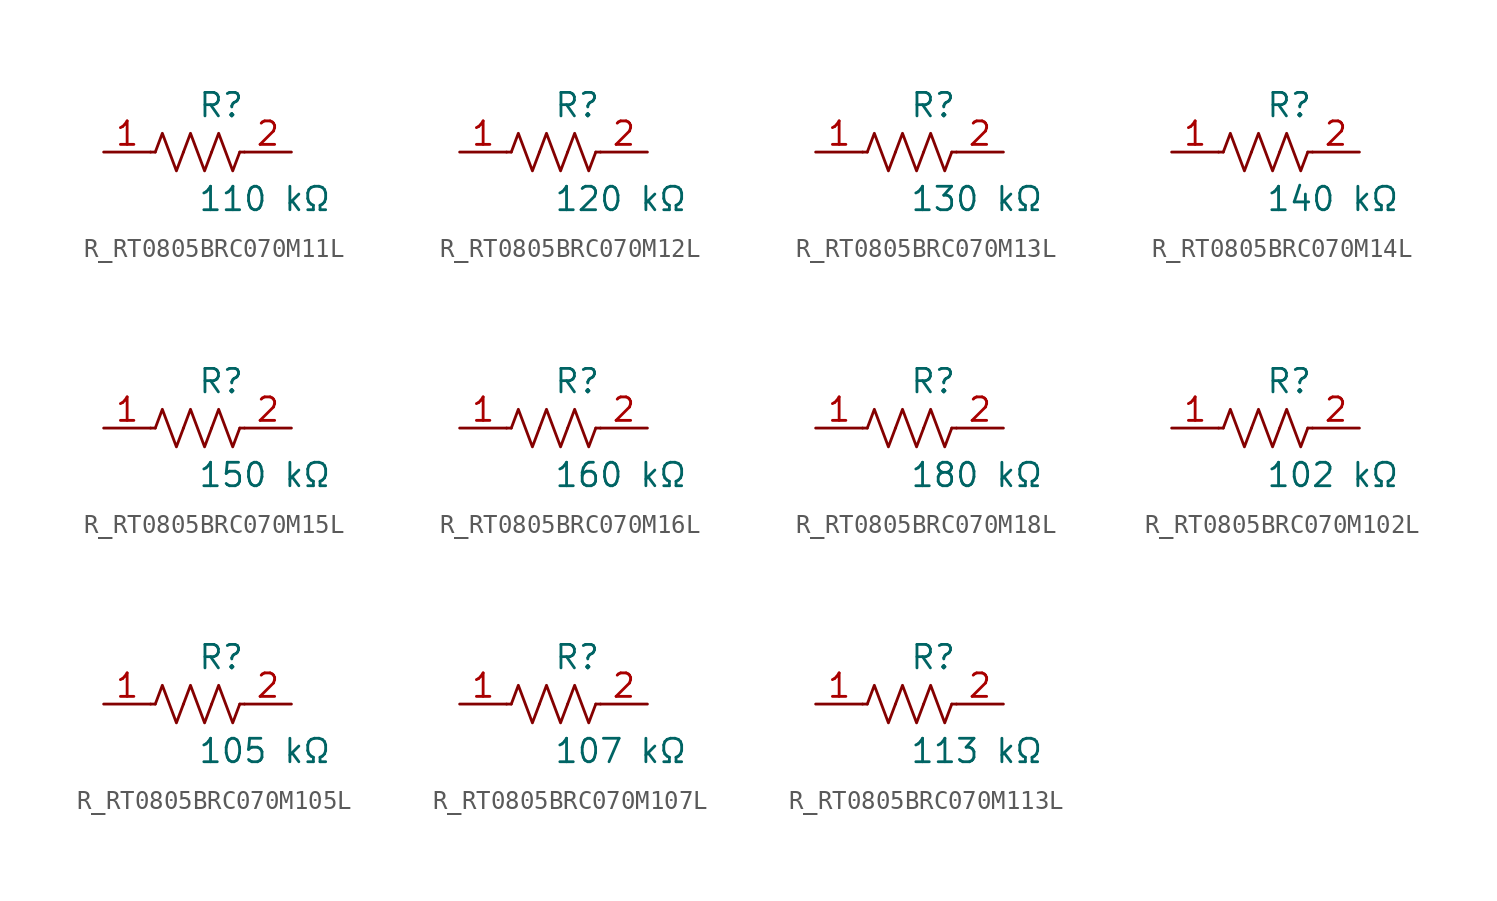
<source format=kicad_sym>
(kicad_symbol_lib
  (version 20231120)
  (generator kicad_symbol_editor)
  (generator_version 8.0)
  (symbol "R_RT0805BRC070M11L"
    (pin_names
      (offset 0.254))
    (property "Reference" "R"
      (at 0.0 2.54 0)
      (effects (font (size 1.27 1.27)) (justify left)))
    (property "Value" "110 kΩ"
      (at 0.0 -2.54 0)
      (effects (font (size 1.27 1.27)) (justify left)))
    (symbol "R_RT0805BRC070M11L_0_1"
      (polyline (pts (xy 2.286 0) (xy 2.54 0)) (stroke (width 0) (type default)) (fill (type none)))
      (polyline (pts (xy -2.286 0) (xy -2.54 0)) (stroke (width 0) (type default)) (fill (type none)))
      (polyline (pts (xy 0.762 0) (xy 1.143 1.016) (xy 1.524 0) (xy 1.905 -1.016) (xy 2.286 0)) (stroke (width 0) (type default)) (fill (type none)))
      (polyline (pts (xy -0.762 0) (xy -0.381 1.016) (xy 0 0) (xy 0.381 -1.016) (xy 0.762 0)) (stroke (width 0) (type default)) (fill (type none)))
      (polyline (pts (xy -2.286 0) (xy -1.905 1.016) (xy -1.524 0) (xy -1.143 -1.016) (xy -0.762 0)) (stroke (width 0) (type default)) (fill (type none))))
    (pin unspecified line
      (at -5.08 0 0)
      (length 2.54)
      (name "" (effects (font (size 1.27 1.27))))
      (number "1" (effects (font (size 1.27 1.27)))))
    (pin unspecified line
      (at 5.08 0 180)
      (length 2.54)
      (name "" (effects (font (size 1.27 1.27))))
      (number "2" (effects (font (size 1.27 1.27))))))
  (symbol "R_RT0805BRC070M12L"
    (pin_names
      (offset 0.254))
    (property "Reference" "R"
      (at 0.0 2.54 0)
      (effects (font (size 1.27 1.27)) (justify left)))
    (property "Value" "120 kΩ"
      (at 0.0 -2.54 0)
      (effects (font (size 1.27 1.27)) (justify left)))
    (symbol "R_RT0805BRC070M12L_0_1"
      (polyline (pts (xy 2.286 0) (xy 2.54 0)) (stroke (width 0) (type default)) (fill (type none)))
      (polyline (pts (xy -2.286 0) (xy -2.54 0)) (stroke (width 0) (type default)) (fill (type none)))
      (polyline (pts (xy 0.762 0) (xy 1.143 1.016) (xy 1.524 0) (xy 1.905 -1.016) (xy 2.286 0)) (stroke (width 0) (type default)) (fill (type none)))
      (polyline (pts (xy -0.762 0) (xy -0.381 1.016) (xy 0 0) (xy 0.381 -1.016) (xy 0.762 0)) (stroke (width 0) (type default)) (fill (type none)))
      (polyline (pts (xy -2.286 0) (xy -1.905 1.016) (xy -1.524 0) (xy -1.143 -1.016) (xy -0.762 0)) (stroke (width 0) (type default)) (fill (type none))))
    (pin unspecified line
      (at -5.08 0 0)
      (length 2.54)
      (name "" (effects (font (size 1.27 1.27))))
      (number "1" (effects (font (size 1.27 1.27)))))
    (pin unspecified line
      (at 5.08 0 180)
      (length 2.54)
      (name "" (effects (font (size 1.27 1.27))))
      (number "2" (effects (font (size 1.27 1.27))))))
  (symbol "R_RT0805BRC070M13L"
    (pin_names
      (offset 0.254))
    (property "Reference" "R"
      (at 0.0 2.54 0)
      (effects (font (size 1.27 1.27)) (justify left)))
    (property "Value" "130 kΩ"
      (at 0.0 -2.54 0)
      (effects (font (size 1.27 1.27)) (justify left)))
    (symbol "R_RT0805BRC070M13L_0_1"
      (polyline (pts (xy 2.286 0) (xy 2.54 0)) (stroke (width 0) (type default)) (fill (type none)))
      (polyline (pts (xy -2.286 0) (xy -2.54 0)) (stroke (width 0) (type default)) (fill (type none)))
      (polyline (pts (xy 0.762 0) (xy 1.143 1.016) (xy 1.524 0) (xy 1.905 -1.016) (xy 2.286 0)) (stroke (width 0) (type default)) (fill (type none)))
      (polyline (pts (xy -0.762 0) (xy -0.381 1.016) (xy 0 0) (xy 0.381 -1.016) (xy 0.762 0)) (stroke (width 0) (type default)) (fill (type none)))
      (polyline (pts (xy -2.286 0) (xy -1.905 1.016) (xy -1.524 0) (xy -1.143 -1.016) (xy -0.762 0)) (stroke (width 0) (type default)) (fill (type none))))
    (pin unspecified line
      (at -5.08 0 0)
      (length 2.54)
      (name "" (effects (font (size 1.27 1.27))))
      (number "1" (effects (font (size 1.27 1.27)))))
    (pin unspecified line
      (at 5.08 0 180)
      (length 2.54)
      (name "" (effects (font (size 1.27 1.27))))
      (number "2" (effects (font (size 1.27 1.27))))))
  (symbol "R_RT0805BRC070M14L"
    (pin_names
      (offset 0.254))
    (property "Reference" "R"
      (at 0.0 2.54 0)
      (effects (font (size 1.27 1.27)) (justify left)))
    (property "Value" "140 kΩ"
      (at 0.0 -2.54 0)
      (effects (font (size 1.27 1.27)) (justify left)))
    (symbol "R_RT0805BRC070M14L_0_1"
      (polyline (pts (xy 2.286 0) (xy 2.54 0)) (stroke (width 0) (type default)) (fill (type none)))
      (polyline (pts (xy -2.286 0) (xy -2.54 0)) (stroke (width 0) (type default)) (fill (type none)))
      (polyline (pts (xy 0.762 0) (xy 1.143 1.016) (xy 1.524 0) (xy 1.905 -1.016) (xy 2.286 0)) (stroke (width 0) (type default)) (fill (type none)))
      (polyline (pts (xy -0.762 0) (xy -0.381 1.016) (xy 0 0) (xy 0.381 -1.016) (xy 0.762 0)) (stroke (width 0) (type default)) (fill (type none)))
      (polyline (pts (xy -2.286 0) (xy -1.905 1.016) (xy -1.524 0) (xy -1.143 -1.016) (xy -0.762 0)) (stroke (width 0) (type default)) (fill (type none))))
    (pin unspecified line
      (at -5.08 0 0)
      (length 2.54)
      (name "" (effects (font (size 1.27 1.27))))
      (number "1" (effects (font (size 1.27 1.27)))))
    (pin unspecified line
      (at 5.08 0 180)
      (length 2.54)
      (name "" (effects (font (size 1.27 1.27))))
      (number "2" (effects (font (size 1.27 1.27))))))
  (symbol "R_RT0805BRC070M15L"
    (pin_names
      (offset 0.254))
    (property "Reference" "R"
      (at 0.0 2.54 0)
      (effects (font (size 1.27 1.27)) (justify left)))
    (property "Value" "150 kΩ"
      (at 0.0 -2.54 0)
      (effects (font (size 1.27 1.27)) (justify left)))
    (symbol "R_RT0805BRC070M15L_0_1"
      (polyline (pts (xy 2.286 0) (xy 2.54 0)) (stroke (width 0) (type default)) (fill (type none)))
      (polyline (pts (xy -2.286 0) (xy -2.54 0)) (stroke (width 0) (type default)) (fill (type none)))
      (polyline (pts (xy 0.762 0) (xy 1.143 1.016) (xy 1.524 0) (xy 1.905 -1.016) (xy 2.286 0)) (stroke (width 0) (type default)) (fill (type none)))
      (polyline (pts (xy -0.762 0) (xy -0.381 1.016) (xy 0 0) (xy 0.381 -1.016) (xy 0.762 0)) (stroke (width 0) (type default)) (fill (type none)))
      (polyline (pts (xy -2.286 0) (xy -1.905 1.016) (xy -1.524 0) (xy -1.143 -1.016) (xy -0.762 0)) (stroke (width 0) (type default)) (fill (type none))))
    (pin unspecified line
      (at -5.08 0 0)
      (length 2.54)
      (name "" (effects (font (size 1.27 1.27))))
      (number "1" (effects (font (size 1.27 1.27)))))
    (pin unspecified line
      (at 5.08 0 180)
      (length 2.54)
      (name "" (effects (font (size 1.27 1.27))))
      (number "2" (effects (font (size 1.27 1.27))))))
  (symbol "R_RT0805BRC070M16L"
    (pin_names
      (offset 0.254))
    (property "Reference" "R"
      (at 0.0 2.54 0)
      (effects (font (size 1.27 1.27)) (justify left)))
    (property "Value" "160 kΩ"
      (at 0.0 -2.54 0)
      (effects (font (size 1.27 1.27)) (justify left)))
    (symbol "R_RT0805BRC070M16L_0_1"
      (polyline (pts (xy 2.286 0) (xy 2.54 0)) (stroke (width 0) (type default)) (fill (type none)))
      (polyline (pts (xy -2.286 0) (xy -2.54 0)) (stroke (width 0) (type default)) (fill (type none)))
      (polyline (pts (xy 0.762 0) (xy 1.143 1.016) (xy 1.524 0) (xy 1.905 -1.016) (xy 2.286 0)) (stroke (width 0) (type default)) (fill (type none)))
      (polyline (pts (xy -0.762 0) (xy -0.381 1.016) (xy 0 0) (xy 0.381 -1.016) (xy 0.762 0)) (stroke (width 0) (type default)) (fill (type none)))
      (polyline (pts (xy -2.286 0) (xy -1.905 1.016) (xy -1.524 0) (xy -1.143 -1.016) (xy -0.762 0)) (stroke (width 0) (type default)) (fill (type none))))
    (pin unspecified line
      (at -5.08 0 0)
      (length 2.54)
      (name "" (effects (font (size 1.27 1.27))))
      (number "1" (effects (font (size 1.27 1.27)))))
    (pin unspecified line
      (at 5.08 0 180)
      (length 2.54)
      (name "" (effects (font (size 1.27 1.27))))
      (number "2" (effects (font (size 1.27 1.27))))))
  (symbol "R_RT0805BRC070M18L"
    (pin_names
      (offset 0.254))
    (property "Reference" "R"
      (at 0.0 2.54 0)
      (effects (font (size 1.27 1.27)) (justify left)))
    (property "Value" "180 kΩ"
      (at 0.0 -2.54 0)
      (effects (font (size 1.27 1.27)) (justify left)))
    (symbol "R_RT0805BRC070M18L_0_1"
      (polyline (pts (xy 2.286 0) (xy 2.54 0)) (stroke (width 0) (type default)) (fill (type none)))
      (polyline (pts (xy -2.286 0) (xy -2.54 0)) (stroke (width 0) (type default)) (fill (type none)))
      (polyline (pts (xy 0.762 0) (xy 1.143 1.016) (xy 1.524 0) (xy 1.905 -1.016) (xy 2.286 0)) (stroke (width 0) (type default)) (fill (type none)))
      (polyline (pts (xy -0.762 0) (xy -0.381 1.016) (xy 0 0) (xy 0.381 -1.016) (xy 0.762 0)) (stroke (width 0) (type default)) (fill (type none)))
      (polyline (pts (xy -2.286 0) (xy -1.905 1.016) (xy -1.524 0) (xy -1.143 -1.016) (xy -0.762 0)) (stroke (width 0) (type default)) (fill (type none))))
    (pin unspecified line
      (at -5.08 0 0)
      (length 2.54)
      (name "" (effects (font (size 1.27 1.27))))
      (number "1" (effects (font (size 1.27 1.27)))))
    (pin unspecified line
      (at 5.08 0 180)
      (length 2.54)
      (name "" (effects (font (size 1.27 1.27))))
      (number "2" (effects (font (size 1.27 1.27))))))
  (symbol "R_RT0805BRC070M102L"
    (pin_names
      (offset 0.254))
    (property "Reference" "R"
      (at 0.0 2.54 0)
      (effects (font (size 1.27 1.27)) (justify left)))
    (property "Value" "102 kΩ"
      (at 0.0 -2.54 0)
      (effects (font (size 1.27 1.27)) (justify left)))
    (symbol "R_RT0805BRC070M102L_0_1"
      (polyline (pts (xy 2.286 0) (xy 2.54 0)) (stroke (width 0) (type default)) (fill (type none)))
      (polyline (pts (xy -2.286 0) (xy -2.54 0)) (stroke (width 0) (type default)) (fill (type none)))
      (polyline (pts (xy 0.762 0) (xy 1.143 1.016) (xy 1.524 0) (xy 1.905 -1.016) (xy 2.286 0)) (stroke (width 0) (type default)) (fill (type none)))
      (polyline (pts (xy -0.762 0) (xy -0.381 1.016) (xy 0 0) (xy 0.381 -1.016) (xy 0.762 0)) (stroke (width 0) (type default)) (fill (type none)))
      (polyline (pts (xy -2.286 0) (xy -1.905 1.016) (xy -1.524 0) (xy -1.143 -1.016) (xy -0.762 0)) (stroke (width 0) (type default)) (fill (type none))))
    (pin unspecified line
      (at -5.08 0 0)
      (length 2.54)
      (name "" (effects (font (size 1.27 1.27))))
      (number "1" (effects (font (size 1.27 1.27)))))
    (pin unspecified line
      (at 5.08 0 180)
      (length 2.54)
      (name "" (effects (font (size 1.27 1.27))))
      (number "2" (effects (font (size 1.27 1.27))))))
  (symbol "R_RT0805BRC070M105L"
    (pin_names
      (offset 0.254))
    (property "Reference" "R"
      (at 0.0 2.54 0)
      (effects (font (size 1.27 1.27)) (justify left)))
    (property "Value" "105 kΩ"
      (at 0.0 -2.54 0)
      (effects (font (size 1.27 1.27)) (justify left)))
    (symbol "R_RT0805BRC070M105L_0_1"
      (polyline (pts (xy 2.286 0) (xy 2.54 0)) (stroke (width 0) (type default)) (fill (type none)))
      (polyline (pts (xy -2.286 0) (xy -2.54 0)) (stroke (width 0) (type default)) (fill (type none)))
      (polyline (pts (xy 0.762 0) (xy 1.143 1.016) (xy 1.524 0) (xy 1.905 -1.016) (xy 2.286 0)) (stroke (width 0) (type default)) (fill (type none)))
      (polyline (pts (xy -0.762 0) (xy -0.381 1.016) (xy 0 0) (xy 0.381 -1.016) (xy 0.762 0)) (stroke (width 0) (type default)) (fill (type none)))
      (polyline (pts (xy -2.286 0) (xy -1.905 1.016) (xy -1.524 0) (xy -1.143 -1.016) (xy -0.762 0)) (stroke (width 0) (type default)) (fill (type none))))
    (pin unspecified line
      (at -5.08 0 0)
      (length 2.54)
      (name "" (effects (font (size 1.27 1.27))))
      (number "1" (effects (font (size 1.27 1.27)))))
    (pin unspecified line
      (at 5.08 0 180)
      (length 2.54)
      (name "" (effects (font (size 1.27 1.27))))
      (number "2" (effects (font (size 1.27 1.27))))))
  (symbol "R_RT0805BRC070M107L"
    (pin_names
      (offset 0.254))
    (property "Reference" "R"
      (at 0.0 2.54 0)
      (effects (font (size 1.27 1.27)) (justify left)))
    (property "Value" "107 kΩ"
      (at 0.0 -2.54 0)
      (effects (font (size 1.27 1.27)) (justify left)))
    (symbol "R_RT0805BRC070M107L_0_1"
      (polyline (pts (xy 2.286 0) (xy 2.54 0)) (stroke (width 0) (type default)) (fill (type none)))
      (polyline (pts (xy -2.286 0) (xy -2.54 0)) (stroke (width 0) (type default)) (fill (type none)))
      (polyline (pts (xy 0.762 0) (xy 1.143 1.016) (xy 1.524 0) (xy 1.905 -1.016) (xy 2.286 0)) (stroke (width 0) (type default)) (fill (type none)))
      (polyline (pts (xy -0.762 0) (xy -0.381 1.016) (xy 0 0) (xy 0.381 -1.016) (xy 0.762 0)) (stroke (width 0) (type default)) (fill (type none)))
      (polyline (pts (xy -2.286 0) (xy -1.905 1.016) (xy -1.524 0) (xy -1.143 -1.016) (xy -0.762 0)) (stroke (width 0) (type default)) (fill (type none))))
    (pin unspecified line
      (at -5.08 0 0)
      (length 2.54)
      (name "" (effects (font (size 1.27 1.27))))
      (number "1" (effects (font (size 1.27 1.27)))))
    (pin unspecified line
      (at 5.08 0 180)
      (length 2.54)
      (name "" (effects (font (size 1.27 1.27))))
      (number "2" (effects (font (size 1.27 1.27))))))
  (symbol "R_RT0805BRC070M113L"
    (pin_names
      (offset 0.254))
    (property "Reference" "R"
      (at 0.0 2.54 0)
      (effects (font (size 1.27 1.27)) (justify left)))
    (property "Value" "113 kΩ"
      (at 0.0 -2.54 0)
      (effects (font (size 1.27 1.27)) (justify left)))
    (symbol "R_RT0805BRC070M113L_0_1"
      (polyline (pts (xy 2.286 0) (xy 2.54 0)) (stroke (width 0) (type default)) (fill (type none)))
      (polyline (pts (xy -2.286 0) (xy -2.54 0)) (stroke (width 0) (type default)) (fill (type none)))
      (polyline (pts (xy 0.762 0) (xy 1.143 1.016) (xy 1.524 0) (xy 1.905 -1.016) (xy 2.286 0)) (stroke (width 0) (type default)) (fill (type none)))
      (polyline (pts (xy -0.762 0) (xy -0.381 1.016) (xy 0 0) (xy 0.381 -1.016) (xy 0.762 0)) (stroke (width 0) (type default)) (fill (type none)))
      (polyline (pts (xy -2.286 0) (xy -1.905 1.016) (xy -1.524 0) (xy -1.143 -1.016) (xy -0.762 0)) (stroke (width 0) (type default)) (fill (type none))))
    (pin unspecified line
      (at -5.08 0 0)
      (length 2.54)
      (name "" (effects (font (size 1.27 1.27))))
      (number "1" (effects (font (size 1.27 1.27)))))
    (pin unspecified line
      (at 5.08 0 180)
      (length 2.54)
      (name "" (effects (font (size 1.27 1.27))))
      (number "2" (effects (font (size 1.27 1.27)))))))
</source>
